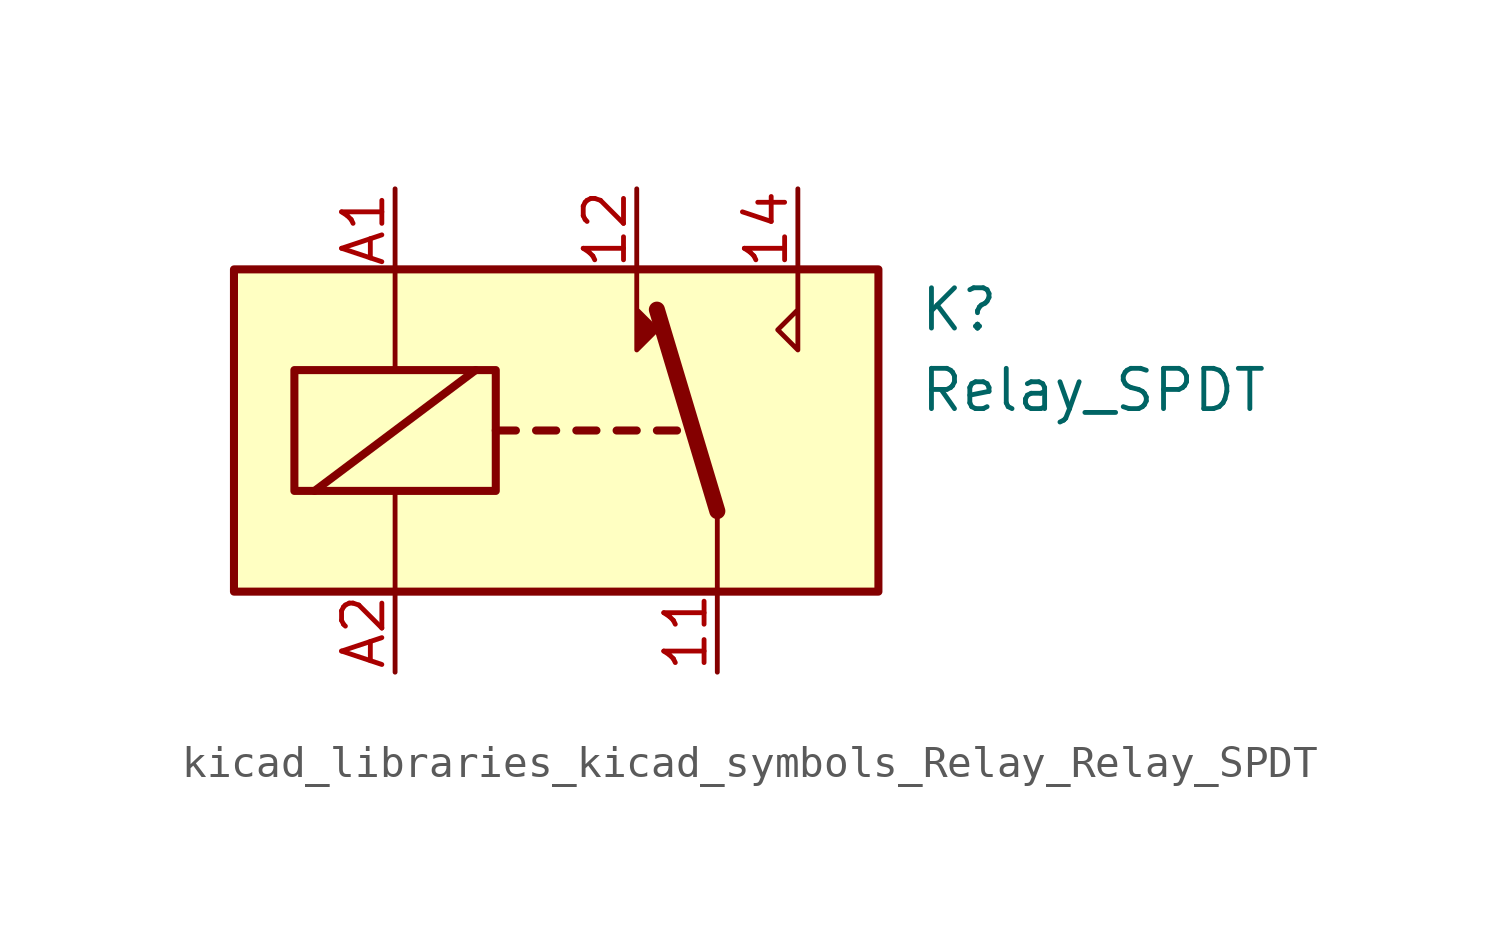
<source format=kicad_sym>
(kicad_symbol_lib
  (version 20220914)
  (generator kicad_symbol_editor)
  (symbol "kicad_libraries_kicad_symbols_Relay_Relay_SPDT"
    (property "Reference" "K"
      (at 11.43 3.81 0)
      (effects (font (size 1.27 1.27)) (justify left)))
    (property "Value" "Relay_SPDT"
      (at 11.43 1.27 0)
      (effects (font (size 1.27 1.27)) (justify left)))
    (symbol "kicad_libraries_kicad_symbols_Relay_Relay_SPDT_0_0"
      (polyline (pts (xy 7.62 5.08) (xy 7.62 2.54) (xy 6.985 3.175) (xy 7.62 3.81)) (stroke (width 0) (type default)) (fill (type none))))
    (symbol "kicad_libraries_kicad_symbols_Relay_Relay_SPDT_0_1"
      (rectangle (start -10.16 5.08) (end 10.16 -5.08) (stroke (width 0.254) (type default)) (fill (type background)))
      (rectangle (start -8.255 1.905) (end -1.905 -1.905) (stroke (width 0.254) (type default)) (fill (type none)))
      (polyline (pts (xy -7.62 -1.905) (xy -2.54 1.905)) (stroke (width 0.254) (type default)) (fill (type none)))
      (polyline (pts (xy -5.08 -5.08) (xy -5.08 -1.905)) (stroke (width 0) (type default)) (fill (type none)))
      (polyline (pts (xy -5.08 5.08) (xy -5.08 1.905)) (stroke (width 0) (type default)) (fill (type none)))
      (polyline (pts (xy -1.905 0) (xy -1.27 0)) (stroke (width 0.254) (type default)) (fill (type none)))
      (polyline (pts (xy -0.635 0) (xy 0 0)) (stroke (width 0.254) (type default)) (fill (type none)))
      (polyline (pts (xy 0.635 0) (xy 1.27 0)) (stroke (width 0.254) (type default)) (fill (type none)))
      (polyline (pts (xy 1.905 0) (xy 2.54 0)) (stroke (width 0.254) (type default)) (fill (type none)))
      (polyline (pts (xy 3.175 0) (xy 3.81 0)) (stroke (width 0.254) (type default)) (fill (type none)))
      (polyline (pts (xy 5.08 -2.54) (xy 3.175 3.81)) (stroke (width 0.508) (type default)) (fill (type none)))
      (polyline (pts (xy 5.08 -2.54) (xy 5.08 -5.08)) (stroke (width 0) (type default)) (fill (type none)))
      (polyline (pts (xy 2.54 5.08) (xy 2.54 2.54) (xy 3.175 3.175) (xy 2.54 3.81)) (stroke (width 0) (type default)) (fill (type outline))))
    (symbol "kicad_libraries_kicad_symbols_Relay_Relay_SPDT_1_1"
      (pin passive line (at 5.08 -7.62 90) (length 2.54) (name "~" (effects (font (size 1.27 1.27)))) (number "11" (effects (font (size 1.27 1.27)))))
      (pin passive line (at 2.54 7.62 270) (length 2.54) (name "~" (effects (font (size 1.27 1.27)))) (number "12" (effects (font (size 1.27 1.27)))))
      (pin passive line (at 7.62 7.62 270) (length 2.54) (name "~" (effects (font (size 1.27 1.27)))) (number "14" (effects (font (size 1.27 1.27)))))
      (pin passive line (at -5.08 7.62 270) (length 2.54) (name "~" (effects (font (size 1.27 1.27)))) (number "A1" (effects (font (size 1.27 1.27)))))
      (pin passive line (at -5.08 -7.62 90) (length 2.54) (name "~" (effects (font (size 1.27 1.27)))) (number "A2" (effects (font (size 1.27 1.27))))))))
</source>
